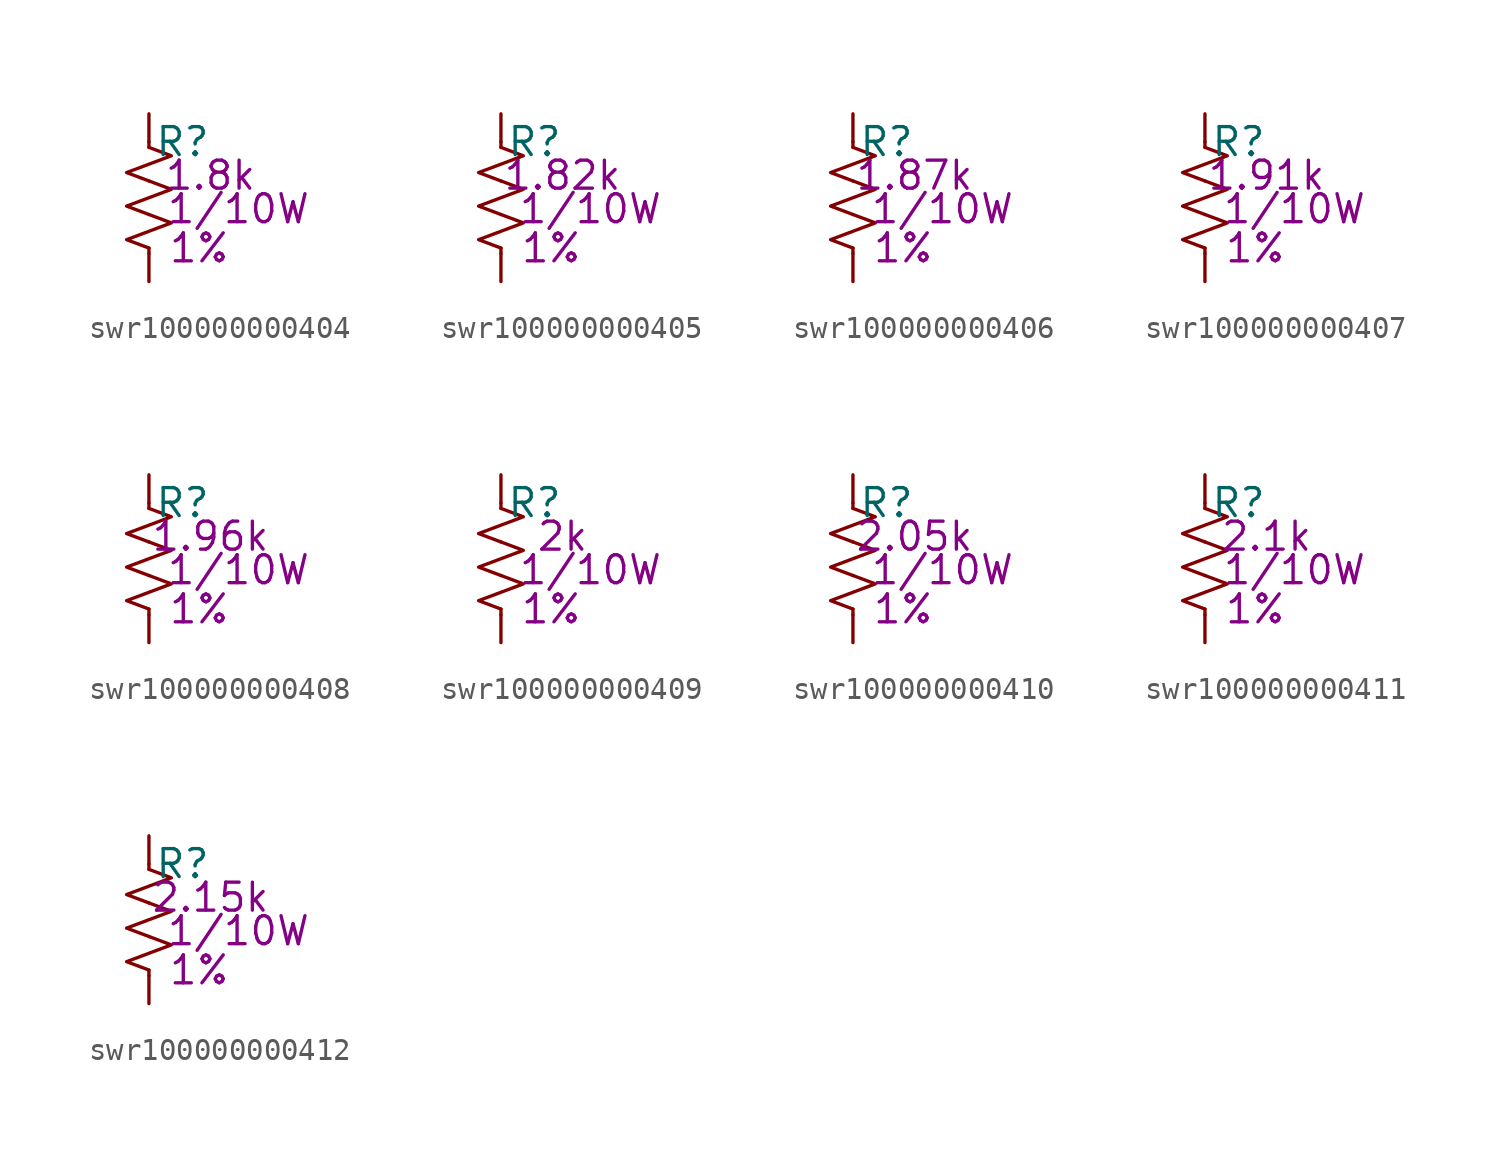
<source format=kicad_sym>
(kicad_symbol_lib
  (version 20211014)
  (generator kicad_symbol_editor)
  (symbol "swr100000000404"
    (pin_numbers hide)
    (pin_names
      (offset 1.016))
    (property "Reference" "R"
      (at 1.524 2.54 0)
      (effects (font (size 1.27 1.27))))
    (property "Tolerance" "1%"
      (at 2.286 -2.286 0)
      (effects (font (size 1.27 1.27))))
    (property "Wattage" "1/10W"
      (at 4.064 -0.508 0)
      (effects (font (size 1.27 1.27))))
    (property "PartValue" "1.8k"
      (at 2.794 1.016 0)
      (effects (font (size 1.27 1.27))))
    (symbol "swr100000000404_1_1"
      (polyline (pts (xy 0 -2.286) (xy 0 -2.54)) (stroke (width 0) (type default) (color 0 0 0 0)) (fill (type none)))
      (polyline (pts (xy 0 2.286) (xy 0 2.54)) (stroke (width 0) (type default) (color 0 0 0 0)) (fill (type none)))
      (polyline (pts (xy 0 -0.762) (xy 1.016 -1.143) (xy 0 -1.524) (xy -1.016 -1.905) (xy 0 -2.286)) (stroke (width 0) (type default) (color 0 0 0 0)) (fill (type none)))
      (polyline (pts (xy 0 0.762) (xy 1.016 0.381) (xy 0 0) (xy -1.016 -0.381) (xy 0 -0.762)) (stroke (width 0) (type default) (color 0 0 0 0)) (fill (type none)))
      (polyline (pts (xy 0 2.286) (xy 1.016 1.905) (xy 0 1.524) (xy -1.016 1.143) (xy 0 0.762)) (stroke (width 0) (type default) (color 0 0 0 0)) (fill (type none)))
      (pin passive line (at 0 3.81 270) (length 1.27) (name "~" (effects (font (size 1.27 1.27)))) (number "1" (effects (font (size 1.27 1.27)))))
      (pin passive line (at 0 -3.81 90) (length 1.27) (name "~" (effects (font (size 1.27 1.27)))) (number "2" (effects (font (size 1.27 1.27)))))))
  (symbol "swr100000000405"
    (pin_numbers hide)
    (pin_names
      (offset 1.016))
    (property "Reference" "R"
      (at 1.524 2.54 0)
      (effects (font (size 1.27 1.27))))
    (property "Tolerance" "1%"
      (at 2.286 -2.286 0)
      (effects (font (size 1.27 1.27))))
    (property "Wattage" "1/10W"
      (at 4.064 -0.508 0)
      (effects (font (size 1.27 1.27))))
    (property "PartValue" "1.82k"
      (at 2.794 1.016 0)
      (effects (font (size 1.27 1.27))))
    (symbol "swr100000000405_1_1"
      (polyline (pts (xy 0 -2.286) (xy 0 -2.54)) (stroke (width 0) (type default) (color 0 0 0 0)) (fill (type none)))
      (polyline (pts (xy 0 2.286) (xy 0 2.54)) (stroke (width 0) (type default) (color 0 0 0 0)) (fill (type none)))
      (polyline (pts (xy 0 -0.762) (xy 1.016 -1.143) (xy 0 -1.524) (xy -1.016 -1.905) (xy 0 -2.286)) (stroke (width 0) (type default) (color 0 0 0 0)) (fill (type none)))
      (polyline (pts (xy 0 0.762) (xy 1.016 0.381) (xy 0 0) (xy -1.016 -0.381) (xy 0 -0.762)) (stroke (width 0) (type default) (color 0 0 0 0)) (fill (type none)))
      (polyline (pts (xy 0 2.286) (xy 1.016 1.905) (xy 0 1.524) (xy -1.016 1.143) (xy 0 0.762)) (stroke (width 0) (type default) (color 0 0 0 0)) (fill (type none)))
      (pin passive line (at 0 3.81 270) (length 1.27) (name "~" (effects (font (size 1.27 1.27)))) (number "1" (effects (font (size 1.27 1.27)))))
      (pin passive line (at 0 -3.81 90) (length 1.27) (name "~" (effects (font (size 1.27 1.27)))) (number "2" (effects (font (size 1.27 1.27)))))))
  (symbol "swr100000000406"
    (pin_numbers hide)
    (pin_names
      (offset 1.016))
    (property "Reference" "R"
      (at 1.524 2.54 0)
      (effects (font (size 1.27 1.27))))
    (property "Tolerance" "1%"
      (at 2.286 -2.286 0)
      (effects (font (size 1.27 1.27))))
    (property "Wattage" "1/10W"
      (at 4.064 -0.508 0)
      (effects (font (size 1.27 1.27))))
    (property "PartValue" "1.87k"
      (at 2.794 1.016 0)
      (effects (font (size 1.27 1.27))))
    (symbol "swr100000000406_1_1"
      (polyline (pts (xy 0 -2.286) (xy 0 -2.54)) (stroke (width 0) (type default) (color 0 0 0 0)) (fill (type none)))
      (polyline (pts (xy 0 2.286) (xy 0 2.54)) (stroke (width 0) (type default) (color 0 0 0 0)) (fill (type none)))
      (polyline (pts (xy 0 -0.762) (xy 1.016 -1.143) (xy 0 -1.524) (xy -1.016 -1.905) (xy 0 -2.286)) (stroke (width 0) (type default) (color 0 0 0 0)) (fill (type none)))
      (polyline (pts (xy 0 0.762) (xy 1.016 0.381) (xy 0 0) (xy -1.016 -0.381) (xy 0 -0.762)) (stroke (width 0) (type default) (color 0 0 0 0)) (fill (type none)))
      (polyline (pts (xy 0 2.286) (xy 1.016 1.905) (xy 0 1.524) (xy -1.016 1.143) (xy 0 0.762)) (stroke (width 0) (type default) (color 0 0 0 0)) (fill (type none)))
      (pin passive line (at 0 3.81 270) (length 1.27) (name "~" (effects (font (size 1.27 1.27)))) (number "1" (effects (font (size 1.27 1.27)))))
      (pin passive line (at 0 -3.81 90) (length 1.27) (name "~" (effects (font (size 1.27 1.27)))) (number "2" (effects (font (size 1.27 1.27)))))))
  (symbol "swr100000000407"
    (pin_numbers hide)
    (pin_names
      (offset 1.016))
    (property "Reference" "R"
      (at 1.524 2.54 0)
      (effects (font (size 1.27 1.27))))
    (property "Tolerance" "1%"
      (at 2.286 -2.286 0)
      (effects (font (size 1.27 1.27))))
    (property "Wattage" "1/10W"
      (at 4.064 -0.508 0)
      (effects (font (size 1.27 1.27))))
    (property "PartValue" "1.91k"
      (at 2.794 1.016 0)
      (effects (font (size 1.27 1.27))))
    (symbol "swr100000000407_1_1"
      (polyline (pts (xy 0 -2.286) (xy 0 -2.54)) (stroke (width 0) (type default) (color 0 0 0 0)) (fill (type none)))
      (polyline (pts (xy 0 2.286) (xy 0 2.54)) (stroke (width 0) (type default) (color 0 0 0 0)) (fill (type none)))
      (polyline (pts (xy 0 -0.762) (xy 1.016 -1.143) (xy 0 -1.524) (xy -1.016 -1.905) (xy 0 -2.286)) (stroke (width 0) (type default) (color 0 0 0 0)) (fill (type none)))
      (polyline (pts (xy 0 0.762) (xy 1.016 0.381) (xy 0 0) (xy -1.016 -0.381) (xy 0 -0.762)) (stroke (width 0) (type default) (color 0 0 0 0)) (fill (type none)))
      (polyline (pts (xy 0 2.286) (xy 1.016 1.905) (xy 0 1.524) (xy -1.016 1.143) (xy 0 0.762)) (stroke (width 0) (type default) (color 0 0 0 0)) (fill (type none)))
      (pin passive line (at 0 3.81 270) (length 1.27) (name "~" (effects (font (size 1.27 1.27)))) (number "1" (effects (font (size 1.27 1.27)))))
      (pin passive line (at 0 -3.81 90) (length 1.27) (name "~" (effects (font (size 1.27 1.27)))) (number "2" (effects (font (size 1.27 1.27)))))))
  (symbol "swr100000000408"
    (pin_numbers hide)
    (pin_names
      (offset 1.016))
    (property "Reference" "R"
      (at 1.524 2.54 0)
      (effects (font (size 1.27 1.27))))
    (property "Tolerance" "1%"
      (at 2.286 -2.286 0)
      (effects (font (size 1.27 1.27))))
    (property "Wattage" "1/10W"
      (at 4.064 -0.508 0)
      (effects (font (size 1.27 1.27))))
    (property "PartValue" "1.96k"
      (at 2.794 1.016 0)
      (effects (font (size 1.27 1.27))))
    (symbol "swr100000000408_1_1"
      (polyline (pts (xy 0 -2.286) (xy 0 -2.54)) (stroke (width 0) (type default) (color 0 0 0 0)) (fill (type none)))
      (polyline (pts (xy 0 2.286) (xy 0 2.54)) (stroke (width 0) (type default) (color 0 0 0 0)) (fill (type none)))
      (polyline (pts (xy 0 -0.762) (xy 1.016 -1.143) (xy 0 -1.524) (xy -1.016 -1.905) (xy 0 -2.286)) (stroke (width 0) (type default) (color 0 0 0 0)) (fill (type none)))
      (polyline (pts (xy 0 0.762) (xy 1.016 0.381) (xy 0 0) (xy -1.016 -0.381) (xy 0 -0.762)) (stroke (width 0) (type default) (color 0 0 0 0)) (fill (type none)))
      (polyline (pts (xy 0 2.286) (xy 1.016 1.905) (xy 0 1.524) (xy -1.016 1.143) (xy 0 0.762)) (stroke (width 0) (type default) (color 0 0 0 0)) (fill (type none)))
      (pin passive line (at 0 3.81 270) (length 1.27) (name "~" (effects (font (size 1.27 1.27)))) (number "1" (effects (font (size 1.27 1.27)))))
      (pin passive line (at 0 -3.81 90) (length 1.27) (name "~" (effects (font (size 1.27 1.27)))) (number "2" (effects (font (size 1.27 1.27)))))))
  (symbol "swr100000000409"
    (pin_numbers hide)
    (pin_names
      (offset 1.016))
    (property "Reference" "R"
      (at 1.524 2.54 0)
      (effects (font (size 1.27 1.27))))
    (property "Tolerance" "1%"
      (at 2.286 -2.286 0)
      (effects (font (size 1.27 1.27))))
    (property "Wattage" "1/10W"
      (at 4.064 -0.508 0)
      (effects (font (size 1.27 1.27))))
    (property "PartValue" "2k"
      (at 2.794 1.016 0)
      (effects (font (size 1.27 1.27))))
    (symbol "swr100000000409_1_1"
      (polyline (pts (xy 0 -2.286) (xy 0 -2.54)) (stroke (width 0) (type default) (color 0 0 0 0)) (fill (type none)))
      (polyline (pts (xy 0 2.286) (xy 0 2.54)) (stroke (width 0) (type default) (color 0 0 0 0)) (fill (type none)))
      (polyline (pts (xy 0 -0.762) (xy 1.016 -1.143) (xy 0 -1.524) (xy -1.016 -1.905) (xy 0 -2.286)) (stroke (width 0) (type default) (color 0 0 0 0)) (fill (type none)))
      (polyline (pts (xy 0 0.762) (xy 1.016 0.381) (xy 0 0) (xy -1.016 -0.381) (xy 0 -0.762)) (stroke (width 0) (type default) (color 0 0 0 0)) (fill (type none)))
      (polyline (pts (xy 0 2.286) (xy 1.016 1.905) (xy 0 1.524) (xy -1.016 1.143) (xy 0 0.762)) (stroke (width 0) (type default) (color 0 0 0 0)) (fill (type none)))
      (pin passive line (at 0 3.81 270) (length 1.27) (name "~" (effects (font (size 1.27 1.27)))) (number "1" (effects (font (size 1.27 1.27)))))
      (pin passive line (at 0 -3.81 90) (length 1.27) (name "~" (effects (font (size 1.27 1.27)))) (number "2" (effects (font (size 1.27 1.27)))))))
  (symbol "swr100000000410"
    (pin_numbers hide)
    (pin_names
      (offset 1.016))
    (property "Reference" "R"
      (at 1.524 2.54 0)
      (effects (font (size 1.27 1.27))))
    (property "Tolerance" "1%"
      (at 2.286 -2.286 0)
      (effects (font (size 1.27 1.27))))
    (property "Wattage" "1/10W"
      (at 4.064 -0.508 0)
      (effects (font (size 1.27 1.27))))
    (property "PartValue" "2.05k"
      (at 2.794 1.016 0)
      (effects (font (size 1.27 1.27))))
    (symbol "swr100000000410_1_1"
      (polyline (pts (xy 0 -2.286) (xy 0 -2.54)) (stroke (width 0) (type default) (color 0 0 0 0)) (fill (type none)))
      (polyline (pts (xy 0 2.286) (xy 0 2.54)) (stroke (width 0) (type default) (color 0 0 0 0)) (fill (type none)))
      (polyline (pts (xy 0 -0.762) (xy 1.016 -1.143) (xy 0 -1.524) (xy -1.016 -1.905) (xy 0 -2.286)) (stroke (width 0) (type default) (color 0 0 0 0)) (fill (type none)))
      (polyline (pts (xy 0 0.762) (xy 1.016 0.381) (xy 0 0) (xy -1.016 -0.381) (xy 0 -0.762)) (stroke (width 0) (type default) (color 0 0 0 0)) (fill (type none)))
      (polyline (pts (xy 0 2.286) (xy 1.016 1.905) (xy 0 1.524) (xy -1.016 1.143) (xy 0 0.762)) (stroke (width 0) (type default) (color 0 0 0 0)) (fill (type none)))
      (pin passive line (at 0 3.81 270) (length 1.27) (name "~" (effects (font (size 1.27 1.27)))) (number "1" (effects (font (size 1.27 1.27)))))
      (pin passive line (at 0 -3.81 90) (length 1.27) (name "~" (effects (font (size 1.27 1.27)))) (number "2" (effects (font (size 1.27 1.27)))))))
  (symbol "swr100000000411"
    (pin_numbers hide)
    (pin_names
      (offset 1.016))
    (property "Reference" "R"
      (at 1.524 2.54 0)
      (effects (font (size 1.27 1.27))))
    (property "Tolerance" "1%"
      (at 2.286 -2.286 0)
      (effects (font (size 1.27 1.27))))
    (property "Wattage" "1/10W"
      (at 4.064 -0.508 0)
      (effects (font (size 1.27 1.27))))
    (property "PartValue" "2.1k"
      (at 2.794 1.016 0)
      (effects (font (size 1.27 1.27))))
    (symbol "swr100000000411_1_1"
      (polyline (pts (xy 0 -2.286) (xy 0 -2.54)) (stroke (width 0) (type default) (color 0 0 0 0)) (fill (type none)))
      (polyline (pts (xy 0 2.286) (xy 0 2.54)) (stroke (width 0) (type default) (color 0 0 0 0)) (fill (type none)))
      (polyline (pts (xy 0 -0.762) (xy 1.016 -1.143) (xy 0 -1.524) (xy -1.016 -1.905) (xy 0 -2.286)) (stroke (width 0) (type default) (color 0 0 0 0)) (fill (type none)))
      (polyline (pts (xy 0 0.762) (xy 1.016 0.381) (xy 0 0) (xy -1.016 -0.381) (xy 0 -0.762)) (stroke (width 0) (type default) (color 0 0 0 0)) (fill (type none)))
      (polyline (pts (xy 0 2.286) (xy 1.016 1.905) (xy 0 1.524) (xy -1.016 1.143) (xy 0 0.762)) (stroke (width 0) (type default) (color 0 0 0 0)) (fill (type none)))
      (pin passive line (at 0 3.81 270) (length 1.27) (name "~" (effects (font (size 1.27 1.27)))) (number "1" (effects (font (size 1.27 1.27)))))
      (pin passive line (at 0 -3.81 90) (length 1.27) (name "~" (effects (font (size 1.27 1.27)))) (number "2" (effects (font (size 1.27 1.27)))))))
  (symbol "swr100000000412"
    (pin_numbers hide)
    (pin_names
      (offset 1.016))
    (property "Reference" "R"
      (at 1.524 2.54 0)
      (effects (font (size 1.27 1.27))))
    (property "Tolerance" "1%"
      (at 2.286 -2.286 0)
      (effects (font (size 1.27 1.27))))
    (property "Wattage" "1/10W"
      (at 4.064 -0.508 0)
      (effects (font (size 1.27 1.27))))
    (property "PartValue" "2.15k"
      (at 2.794 1.016 0)
      (effects (font (size 1.27 1.27))))
    (symbol "swr100000000412_1_1"
      (polyline (pts (xy 0 -2.286) (xy 0 -2.54)) (stroke (width 0) (type default) (color 0 0 0 0)) (fill (type none)))
      (polyline (pts (xy 0 2.286) (xy 0 2.54)) (stroke (width 0) (type default) (color 0 0 0 0)) (fill (type none)))
      (polyline (pts (xy 0 -0.762) (xy 1.016 -1.143) (xy 0 -1.524) (xy -1.016 -1.905) (xy 0 -2.286)) (stroke (width 0) (type default) (color 0 0 0 0)) (fill (type none)))
      (polyline (pts (xy 0 0.762) (xy 1.016 0.381) (xy 0 0) (xy -1.016 -0.381) (xy 0 -0.762)) (stroke (width 0) (type default) (color 0 0 0 0)) (fill (type none)))
      (polyline (pts (xy 0 2.286) (xy 1.016 1.905) (xy 0 1.524) (xy -1.016 1.143) (xy 0 0.762)) (stroke (width 0) (type default) (color 0 0 0 0)) (fill (type none)))
      (pin passive line (at 0 3.81 270) (length 1.27) (name "~" (effects (font (size 1.27 1.27)))) (number "1" (effects (font (size 1.27 1.27)))))
      (pin passive line (at 0 -3.81 90) (length 1.27) (name "~" (effects (font (size 1.27 1.27)))) (number "2" (effects (font (size 1.27 1.27))))))))
</source>
